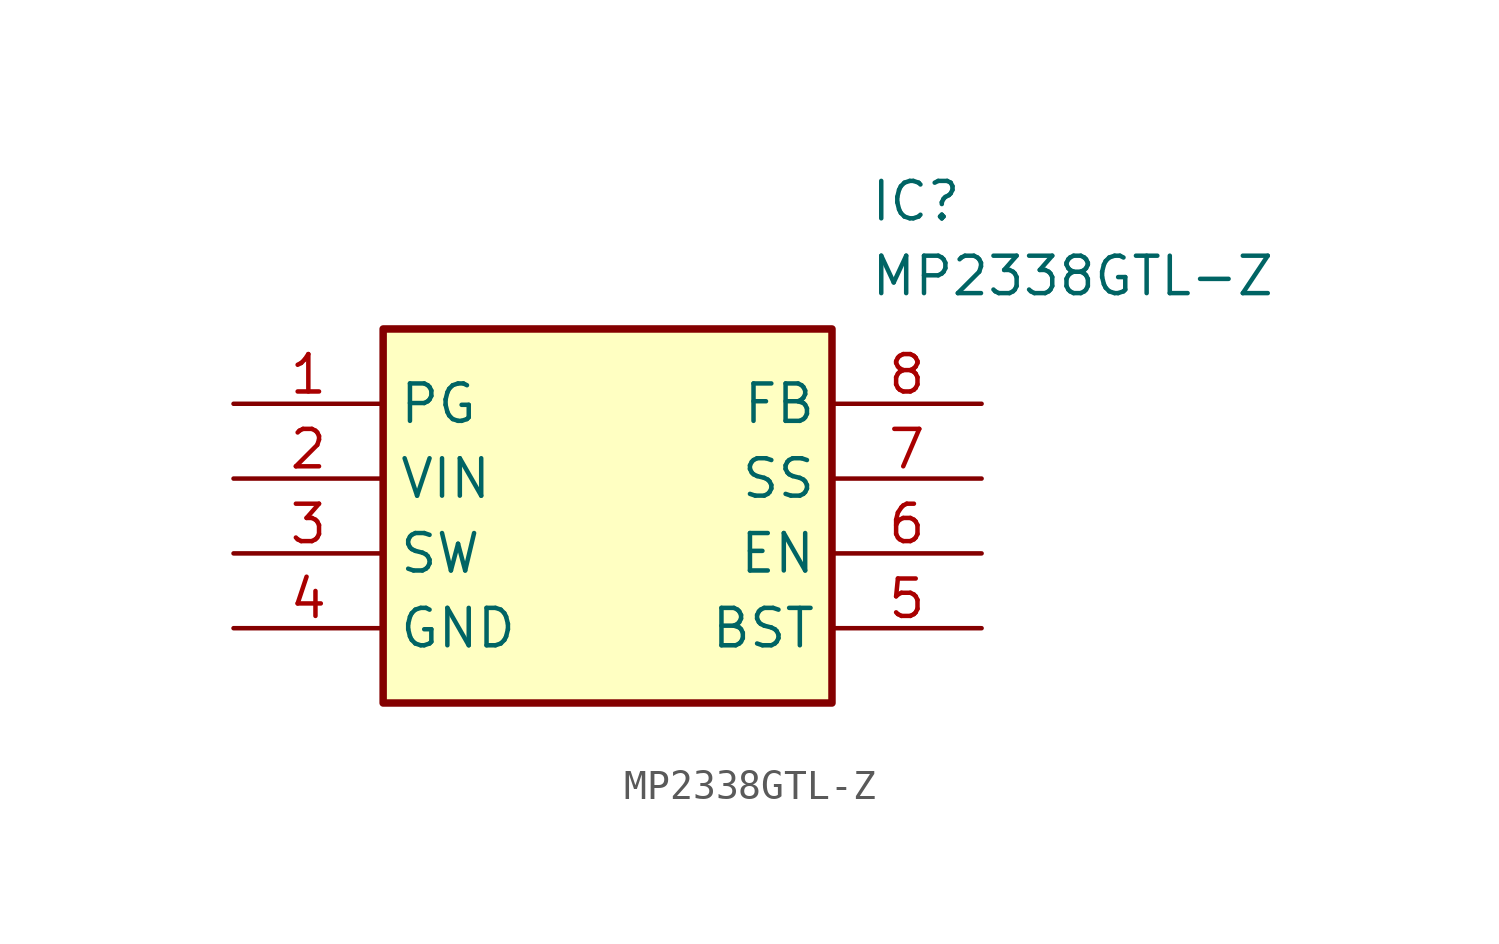
<source format=kicad_sym>
(kicad_symbol_lib
  (version 20211014)
  (generator SamacSys_ECAD_Model)
  (symbol "MP2338GTL-Z"
    (property "Reference" "IC"
      (at 21.59 7.62 0)
      (effects (font (size 1.27 1.27)) (justify left top)))
    (property "Value" "MP2338GTL-Z"
      (at 21.59 5.08 0)
      (effects (font (size 1.27 1.27)) (justify left top)))
    (rectangle
      (start 5.08 2.54)
      (end 20.32 -10.16)
      (stroke (width 0.254) (type default))
      (fill (type background)))
    (pin passive line
      (at 0 0 0)
      (length 5.08)
      (name "PG" (effects (font (size 1.27 1.27))))
      (number "1" (effects (font (size 1.27 1.27)))))
    (pin passive line
      (at 0 -2.54 0)
      (length 5.08)
      (name "VIN" (effects (font (size 1.27 1.27))))
      (number "2" (effects (font (size 1.27 1.27)))))
    (pin passive line
      (at 0 -5.08 0)
      (length 5.08)
      (name "SW" (effects (font (size 1.27 1.27))))
      (number "3" (effects (font (size 1.27 1.27)))))
    (pin passive line
      (at 0 -7.62 0)
      (length 5.08)
      (name "GND" (effects (font (size 1.27 1.27))))
      (number "4" (effects (font (size 1.27 1.27)))))
    (pin passive line
      (at 25.4 -7.62 180)
      (length 5.08)
      (name "BST" (effects (font (size 1.27 1.27))))
      (number "5" (effects (font (size 1.27 1.27)))))
    (pin passive line
      (at 25.4 -5.08 180)
      (length 5.08)
      (name "EN" (effects (font (size 1.27 1.27))))
      (number "6" (effects (font (size 1.27 1.27)))))
    (pin passive line
      (at 25.4 -2.54 180)
      (length 5.08)
      (name "SS" (effects (font (size 1.27 1.27))))
      (number "7" (effects (font (size 1.27 1.27)))))
    (pin passive line
      (at 25.4 0 180)
      (length 5.08)
      (name "FB" (effects (font (size 1.27 1.27))))
      (number "8" (effects (font (size 1.27 1.27)))))))
</source>
